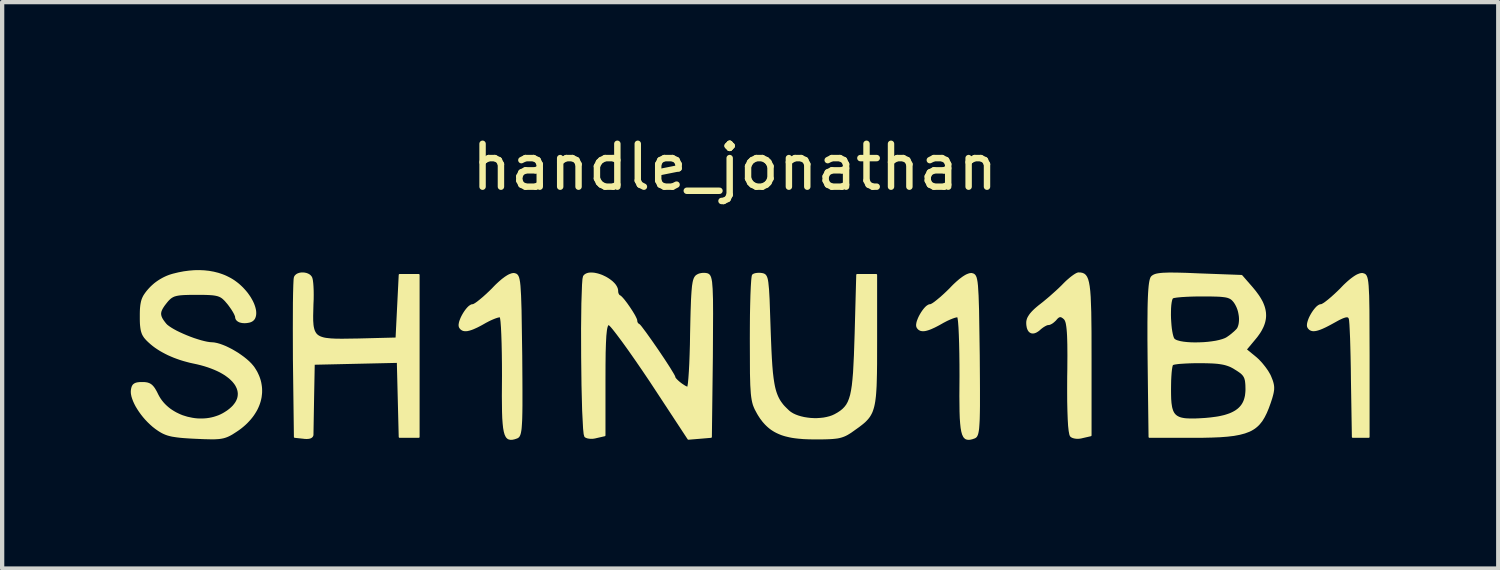
<source format=kicad_pcb>
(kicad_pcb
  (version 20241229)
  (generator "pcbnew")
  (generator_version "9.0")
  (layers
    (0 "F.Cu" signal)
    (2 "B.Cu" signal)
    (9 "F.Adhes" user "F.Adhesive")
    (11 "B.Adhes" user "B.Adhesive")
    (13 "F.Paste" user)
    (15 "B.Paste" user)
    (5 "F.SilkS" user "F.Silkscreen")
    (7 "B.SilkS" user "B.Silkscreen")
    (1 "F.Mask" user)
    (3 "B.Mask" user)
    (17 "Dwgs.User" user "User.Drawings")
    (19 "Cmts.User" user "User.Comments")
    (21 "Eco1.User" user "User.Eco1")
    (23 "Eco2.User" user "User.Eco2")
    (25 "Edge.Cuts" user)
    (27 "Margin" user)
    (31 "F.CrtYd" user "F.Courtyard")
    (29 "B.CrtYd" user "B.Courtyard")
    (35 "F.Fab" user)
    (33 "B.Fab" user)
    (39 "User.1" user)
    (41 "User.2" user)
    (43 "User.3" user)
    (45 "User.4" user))
  (footprint "handle_jonathan"
    (layer "F.Cu")
    (at 14.083 1.348)
    (property "Reference" "handle_jonathan" (at 0 -0.5 0) (unlocked yes) (layer "F.SilkS") (effects (font (size 1 1) (thickness 0.15))))
    (attr smd)
    (fp_poly (pts (xy -10.067 1.976) (xy -10.052 1.977) (xy -10.037 1.978) (xy -10.022 1.981) (xy -10.007 1.984) (xy -9.993 1.987) (xy -9.979 1.992) (xy -9.966 1.997) (xy -9.953 2.003) (xy -9.94 2.009) (xy -9.928 2.017) (xy -9.917 2.025) (xy -9.907 2.033) (xy -9.898 2.043) (xy -9.889 2.053) (xy -9.882 2.064) (xy -9.875 2.076) (xy -9.869 2.093) (xy -9.863 2.116) (xy -9.858 2.142) (xy -9.85 2.207) (xy -9.844 2.287) (xy -9.84 2.377) (xy -9.839 2.477) (xy -9.84 2.583) (xy -9.845 2.693) (xy -9.852 2.97) (xy -9.851 3.082) (xy -9.844 3.178) (xy -9.838 3.221) (xy -9.83 3.259) (xy -9.82 3.295) (xy -9.808 3.327) (xy -9.793 3.356) (xy -9.776 3.383) (xy -9.756 3.406) (xy -9.733 3.427) (xy -9.706 3.445) (xy -9.676 3.461) (xy -9.643 3.474) (xy -9.605 3.486) (xy -9.564 3.496) (xy -9.519 3.503) (xy -9.414 3.514) (xy -9.291 3.52) (xy -9.147 3.521) (xy -8.793 3.516) (xy -7.889 3.493) (xy -7.852 2.753) (xy -7.815 2.012) (xy -7.37 2.012) (xy -7.37 5.79) (xy -7.815 5.79) (xy -7.837 4.916) (xy -7.859 4.042) (xy -8.837 4.064) (xy -9.815 4.086) (xy -9.83 4.864) (xy -9.845 5.738) (xy -9.845 5.744) (xy -9.847 5.75) (xy -9.848 5.756) (xy -9.85 5.761) (xy -9.853 5.766) (xy -9.856 5.771) (xy -9.859 5.776) (xy -9.862 5.78) (xy -9.866 5.784) (xy -9.871 5.788) (xy -9.875 5.791) (xy -9.88 5.795) (xy -9.891 5.801) (xy -9.904 5.806) (xy -9.918 5.81) (xy -9.933 5.813) (xy -9.95 5.815) (xy -9.967 5.816) (xy -9.987 5.817) (xy -10.007 5.816) (xy -10.029 5.815) (xy -10.052 5.812) (xy -10.259 5.79) (xy -10.282 3.975) (xy -10.284 3.266) (xy -10.282 2.67) (xy -10.278 2.434) (xy -10.273 2.251) (xy -10.267 2.127) (xy -10.263 2.09) (xy -10.259 2.071) (xy -10.255 2.06) (xy -10.249 2.049) (xy -10.242 2.039) (xy -10.233 2.03) (xy -10.224 2.021) (xy -10.214 2.013) (xy -10.204 2.006) (xy -10.192 2) (xy -10.18 1.994) (xy -10.167 1.99) (xy -10.154 1.985) (xy -10.14 1.982) (xy -10.126 1.979) (xy -10.111 1.977) (xy -10.097 1.976) (xy -10.082 1.976)) (stroke (width 0.042) (type solid)) (fill yes) (layer "F.SilkS"))
    (fp_poly (pts (xy 14.633 1.989) (xy 14.657 1.995) (xy 14.679 2.003) (xy 14.699 2.017) (xy 14.715 2.04) (xy 14.729 2.074) (xy 14.741 2.122) (xy 14.751 2.185) (xy 14.759 2.267) (xy 14.771 2.498) (xy 14.777 2.833) (xy 14.781 3.901) (xy 14.781 5.79) (xy 14.41 5.79) (xy 14.388 4.456) (xy 14.385 4.187) (xy 14.38 3.931) (xy 14.374 3.695) (xy 14.368 3.486) (xy 14.36 3.308) (xy 14.353 3.169) (xy 14.345 3.073) (xy 14.34 3.043) (xy 14.336 3.027) (xy 14.33 3.013) (xy 14.322 3.001) (xy 14.318 2.996) (xy 14.313 2.992) (xy 14.307 2.988) (xy 14.301 2.985) (xy 14.295 2.983) (xy 14.288 2.981) (xy 14.28 2.98) (xy 14.272 2.98) (xy 14.254 2.981) (xy 14.233 2.985) (xy 14.21 2.992) (xy 14.184 3.001) (xy 14.155 3.013) (xy 14.123 3.028) (xy 14.087 3.045) (xy 14.048 3.066) (xy 13.958 3.116) (xy 13.892 3.152) (xy 13.83 3.185) (xy 13.773 3.214) (xy 13.721 3.238) (xy 13.697 3.249) (xy 13.673 3.259) (xy 13.651 3.268) (xy 13.63 3.275) (xy 13.61 3.282) (xy 13.59 3.288) (xy 13.572 3.293) (xy 13.555 3.297) (xy 13.538 3.3) (xy 13.522 3.302) (xy 13.507 3.303) (xy 13.493 3.303) (xy 13.48 3.303) (xy 13.467 3.301) (xy 13.455 3.298) (xy 13.444 3.295) (xy 13.433 3.29) (xy 13.423 3.285) (xy 13.413 3.279) (xy 13.404 3.272) (xy 13.396 3.263) (xy 13.388 3.255) (xy 13.38 3.245) (xy 13.373 3.234) (xy 13.368 3.223) (xy 13.364 3.211) (xy 13.362 3.197) (xy 13.362 3.182) (xy 13.363 3.165) (xy 13.365 3.148) (xy 13.369 3.129) (xy 13.374 3.109) (xy 13.38 3.089) (xy 13.387 3.068) (xy 13.404 3.024) (xy 13.425 2.98) (xy 13.449 2.936) (xy 13.475 2.893) (xy 13.503 2.852) (xy 13.532 2.815) (xy 13.546 2.798) (xy 13.561 2.782) (xy 13.575 2.767) (xy 13.59 2.754) (xy 13.604 2.743) (xy 13.618 2.734) (xy 13.631 2.726) (xy 13.645 2.72) (xy 13.657 2.717) (xy 13.669 2.716) (xy 13.681 2.714) (xy 13.696 2.708) (xy 13.714 2.698) (xy 13.735 2.686) (xy 13.759 2.67) (xy 13.785 2.651) (xy 13.844 2.605) (xy 13.909 2.55) (xy 13.98 2.487) (xy 14.054 2.418) (xy 14.129 2.345) (xy 14.171 2.301) (xy 14.212 2.259) (xy 14.252 2.221) (xy 14.291 2.185) (xy 14.328 2.153) (xy 14.364 2.123) (xy 14.398 2.097) (xy 14.431 2.073) (xy 14.462 2.052) (xy 14.491 2.034) (xy 14.519 2.019) (xy 14.546 2.008) (xy 14.57 1.999) (xy 14.582 1.995) (xy 14.593 1.993) (xy 14.603 1.991) (xy 14.614 1.99) (xy 14.623 1.989)) (stroke (width 0.042) (type solid)) (fill yes) (layer "F.SilkS"))
    (fp_poly (pts (xy -5.148 1.989) (xy -5.123 1.995) (xy -5.101 2.003) (xy -5.082 2.018) (xy -5.065 2.041) (xy -5.05 2.075) (xy -5.038 2.123) (xy -5.027 2.186) (xy -5.018 2.268) (xy -5.004 2.497) (xy -4.993 2.83) (xy -4.977 3.886) (xy -4.973 4.449) (xy -4.972 4.684) (xy -4.972 4.889) (xy -4.972 5.067) (xy -4.974 5.22) (xy -4.977 5.35) (xy -4.979 5.407) (xy -4.982 5.459) (xy -4.985 5.506) (xy -4.988 5.549) (xy -4.991 5.587) (xy -4.995 5.622) (xy -5 5.652) (xy -5.005 5.679) (xy -5.01 5.702) (xy -5.016 5.723) (xy -5.022 5.74) (xy -5.029 5.755) (xy -5.036 5.768) (xy -5.044 5.779) (xy -5.052 5.787) (xy -5.061 5.794) (xy -5.071 5.8) (xy -5.081 5.805) (xy -5.136 5.824) (xy -5.185 5.835) (xy -5.228 5.837) (xy -5.265 5.829) (xy -5.282 5.821) (xy -5.297 5.809) (xy -5.312 5.794) (xy -5.325 5.775) (xy -5.348 5.726) (xy -5.366 5.661) (xy -5.381 5.578) (xy -5.392 5.475) (xy -5.401 5.352) (xy -5.406 5.206) (xy -5.41 4.84) (xy -5.407 4.368) (xy -5.408 4.096) (xy -5.411 3.842) (xy -5.416 3.61) (xy -5.423 3.405) (xy -5.431 3.235) (xy -5.441 3.104) (xy -5.447 3.055) (xy -5.453 3.018) (xy -5.459 2.993) (xy -5.463 2.986) (xy -5.466 2.982) (xy -5.473 2.98) (xy -5.484 2.98) (xy -5.497 2.981) (xy -5.513 2.985) (xy -5.531 2.989) (xy -5.552 2.995) (xy -5.575 3.003) (xy -5.6 3.012) (xy -5.654 3.034) (xy -5.714 3.061) (xy -5.746 3.077) (xy -5.778 3.094) (xy -5.811 3.111) (xy -5.844 3.13) (xy -5.906 3.165) (xy -5.963 3.195) (xy -6.016 3.222) (xy -6.065 3.244) (xy -6.089 3.255) (xy -6.111 3.264) (xy -6.132 3.272) (xy -6.152 3.279) (xy -6.172 3.285) (xy -6.191 3.291) (xy -6.209 3.295) (xy -6.226 3.299) (xy -6.242 3.302) (xy -6.257 3.303) (xy -6.272 3.304) (xy -6.286 3.304) (xy -6.3 3.303) (xy -6.312 3.301) (xy -6.324 3.299) (xy -6.336 3.295) (xy -6.347 3.29) (xy -6.357 3.285) (xy -6.366 3.279) (xy -6.376 3.272) (xy -6.384 3.264) (xy -6.392 3.255) (xy -6.4 3.245) (xy -6.407 3.234) (xy -6.412 3.223) (xy -6.416 3.211) (xy -6.418 3.197) (xy -6.419 3.182) (xy -6.418 3.165) (xy -6.415 3.148) (xy -6.412 3.129) (xy -6.407 3.109) (xy -6.401 3.089) (xy -6.393 3.068) (xy -6.376 3.024) (xy -6.355 2.98) (xy -6.331 2.936) (xy -6.305 2.893) (xy -6.277 2.852) (xy -6.249 2.815) (xy -6.234 2.798) (xy -6.22 2.782) (xy -6.205 2.767) (xy -6.191 2.754) (xy -6.176 2.743) (xy -6.162 2.734) (xy -6.149 2.726) (xy -6.136 2.72) (xy -6.123 2.717) (xy -6.111 2.716) (xy -6.099 2.714) (xy -6.084 2.708) (xy -6.066 2.698) (xy -6.045 2.686) (xy -6.022 2.67) (xy -5.995 2.651) (xy -5.937 2.605) (xy -5.871 2.55) (xy -5.8 2.487) (xy -5.726 2.418) (xy -5.651 2.345) (xy -5.609 2.301) (xy -5.568 2.259) (xy -5.528 2.221) (xy -5.489 2.185) (xy -5.452 2.153) (xy -5.417 2.123) (xy -5.382 2.097) (xy -5.35 2.073) (xy -5.318 2.052) (xy -5.289 2.034) (xy -5.261 2.019) (xy -5.235 2.008) (xy -5.21 1.999) (xy -5.199 1.995) (xy -5.188 1.993) (xy -5.177 1.991) (xy -5.167 1.99) (xy -5.157 1.989)) (stroke (width 0.042) (type solid)) (fill yes) (layer "F.SilkS"))
    (fp_poly (pts (xy 5.52 1.989) (xy 5.545 1.995) (xy 5.567 2.003) (xy 5.586 2.018) (xy 5.603 2.041) (xy 5.618 2.075) (xy 5.63 2.123) (xy 5.641 2.186) (xy 5.65 2.268) (xy 5.664 2.497) (xy 5.675 2.83) (xy 5.691 3.886) (xy 5.695 4.449) (xy 5.696 4.684) (xy 5.696 4.889) (xy 5.696 5.067) (xy 5.694 5.22) (xy 5.691 5.35) (xy 5.689 5.407) (xy 5.686 5.459) (xy 5.683 5.506) (xy 5.68 5.549) (xy 5.677 5.587) (xy 5.673 5.622) (xy 5.668 5.652) (xy 5.663 5.679) (xy 5.658 5.702) (xy 5.652 5.723) (xy 5.646 5.74) (xy 5.639 5.755) (xy 5.632 5.768) (xy 5.624 5.779) (xy 5.616 5.787) (xy 5.607 5.794) (xy 5.597 5.8) (xy 5.587 5.805) (xy 5.532 5.824) (xy 5.483 5.835) (xy 5.44 5.837) (xy 5.403 5.829) (xy 5.386 5.821) (xy 5.371 5.809) (xy 5.356 5.794) (xy 5.343 5.775) (xy 5.32 5.726) (xy 5.302 5.661) (xy 5.287 5.578) (xy 5.276 5.475) (xy 5.267 5.352) (xy 5.262 5.206) (xy 5.258 4.84) (xy 5.261 4.368) (xy 5.26 4.096) (xy 5.257 3.842) (xy 5.252 3.61) (xy 5.245 3.405) (xy 5.237 3.235) (xy 5.227 3.104) (xy 5.221 3.055) (xy 5.215 3.018) (xy 5.209 2.993) (xy 5.205 2.986) (xy 5.202 2.982) (xy 5.195 2.98) (xy 5.184 2.98) (xy 5.171 2.981) (xy 5.155 2.985) (xy 5.137 2.989) (xy 5.116 2.995) (xy 5.093 3.003) (xy 5.068 3.012) (xy 5.014 3.034) (xy 4.954 3.061) (xy 4.922 3.077) (xy 4.89 3.094) (xy 4.857 3.111) (xy 4.824 3.13) (xy 4.762 3.165) (xy 4.705 3.195) (xy 4.652 3.222) (xy 4.603 3.244) (xy 4.579 3.255) (xy 4.557 3.264) (xy 4.536 3.272) (xy 4.516 3.279) (xy 4.496 3.285) (xy 4.477 3.291) (xy 4.459 3.295) (xy 4.442 3.299) (xy 4.426 3.302) (xy 4.411 3.303) (xy 4.396 3.304) (xy 4.382 3.304) (xy 4.368 3.303) (xy 4.356 3.301) (xy 4.344 3.299) (xy 4.332 3.295) (xy 4.321 3.29) (xy 4.311 3.285) (xy 4.302 3.279) (xy 4.292 3.272) (xy 4.284 3.264) (xy 4.276 3.255) (xy 4.268 3.245) (xy 4.261 3.234) (xy 4.256 3.223) (xy 4.252 3.211) (xy 4.25 3.197) (xy 4.249 3.182) (xy 4.25 3.165) (xy 4.253 3.148) (xy 4.256 3.129) (xy 4.261 3.109) (xy 4.267 3.089) (xy 4.275 3.068) (xy 4.292 3.024) (xy 4.313 2.98) (xy 4.337 2.936) (xy 4.363 2.893) (xy 4.391 2.852) (xy 4.419 2.815) (xy 4.434 2.798) (xy 4.448 2.782) (xy 4.463 2.767) (xy 4.477 2.754) (xy 4.492 2.743) (xy 4.506 2.734) (xy 4.519 2.726) (xy 4.532 2.72) (xy 4.545 2.717) (xy 4.557 2.716) (xy 4.569 2.714) (xy 4.584 2.708) (xy 4.602 2.698) (xy 4.623 2.686) (xy 4.646 2.67) (xy 4.673 2.651) (xy 4.731 2.605) (xy 4.797 2.55) (xy 4.868 2.487) (xy 4.942 2.418) (xy 5.017 2.345) (xy 5.059 2.301) (xy 5.1 2.259) (xy 5.14 2.221) (xy 5.179 2.185) (xy 5.216 2.153) (xy 5.251 2.123) (xy 5.286 2.097) (xy 5.318 2.073) (xy 5.35 2.052) (xy 5.379 2.034) (xy 5.407 2.019) (xy 5.433 2.008) (xy 5.458 1.999) (xy 5.469 1.995) (xy 5.48 1.993) (xy 5.491 1.991) (xy 5.501 1.99) (xy 5.511 1.989)) (stroke (width 0.042) (type solid)) (fill yes) (layer "F.SilkS"))
    (fp_poly (pts (xy 0.581 1.984) (xy 0.598 1.985) (xy 0.614 1.987) (xy 0.631 1.989) (xy 0.656 1.994) (xy 0.678 2.002) (xy 0.697 2.013) (xy 0.714 2.031) (xy 0.729 2.056) (xy 0.742 2.09) (xy 0.753 2.135) (xy 0.762 2.193) (xy 0.778 2.353) (xy 0.791 2.583) (xy 0.816 3.308) (xy 0.825 3.551) (xy 0.834 3.768) (xy 0.844 3.961) (xy 0.855 4.133) (xy 0.868 4.286) (xy 0.876 4.355) (xy 0.884 4.421) (xy 0.893 4.482) (xy 0.902 4.539) (xy 0.912 4.593) (xy 0.923 4.644) (xy 0.935 4.691) (xy 0.948 4.736) (xy 0.962 4.778) (xy 0.977 4.817) (xy 0.993 4.855) (xy 1.01 4.89) (xy 1.028 4.924) (xy 1.047 4.956) (xy 1.068 4.987) (xy 1.09 5.017) (xy 1.113 5.047) (xy 1.138 5.076) (xy 1.165 5.104) (xy 1.193 5.132) (xy 1.253 5.19) (xy 1.275 5.208) (xy 1.299 5.226) (xy 1.351 5.258) (xy 1.41 5.286) (xy 1.474 5.31) (xy 1.543 5.33) (xy 1.615 5.347) (xy 1.69 5.359) (xy 1.766 5.368) (xy 1.844 5.372) (xy 1.921 5.372) (xy 1.997 5.367) (xy 2.072 5.359) (xy 2.144 5.345) (xy 2.212 5.328) (xy 2.276 5.306) (xy 2.335 5.279) (xy 2.406 5.239) (xy 2.468 5.198) (xy 2.524 5.153) (xy 2.572 5.104) (xy 2.615 5.048) (xy 2.651 4.983) (xy 2.682 4.906) (xy 2.709 4.817) (xy 2.731 4.712) (xy 2.75 4.59) (xy 2.765 4.449) (xy 2.779 4.286) (xy 2.799 3.889) (xy 2.816 3.382) (xy 2.853 2.012) (xy 3.298 2.012) (xy 3.298 3.53) (xy 3.297 4.09) (xy 3.294 4.319) (xy 3.289 4.518) (xy 3.286 4.607) (xy 3.281 4.69) (xy 3.276 4.766) (xy 3.27 4.837) (xy 3.262 4.903) (xy 3.254 4.963) (xy 3.244 5.019) (xy 3.233 5.07) (xy 3.22 5.118) (xy 3.206 5.162) (xy 3.191 5.203) (xy 3.173 5.241) (xy 3.154 5.276) (xy 3.133 5.31) (xy 3.11 5.341) (xy 3.085 5.371) (xy 3.058 5.4) (xy 3.029 5.429) (xy 2.997 5.457) (xy 2.963 5.485) (xy 2.888 5.543) (xy 2.801 5.605) (xy 2.704 5.674) (xy 2.66 5.702) (xy 2.618 5.727) (xy 2.577 5.748) (xy 2.535 5.766) (xy 2.492 5.781) (xy 2.446 5.794) (xy 2.397 5.804) (xy 2.343 5.811) (xy 2.284 5.817) (xy 2.218 5.821) (xy 2.145 5.824) (xy 2.062 5.826) (xy 1.868 5.827) (xy 1.733 5.825) (xy 1.607 5.82) (xy 1.489 5.81) (xy 1.434 5.804) (xy 1.38 5.797) (xy 1.329 5.789) (xy 1.279 5.779) (xy 1.232 5.768) (xy 1.186 5.757) (xy 1.141 5.744) (xy 1.099 5.73) (xy 1.058 5.714) (xy 1.018 5.697) (xy 0.98 5.679) (xy 0.943 5.66) (xy 0.907 5.639) (xy 0.873 5.617) (xy 0.84 5.594) (xy 0.808 5.569) (xy 0.777 5.542) (xy 0.747 5.514) (xy 0.718 5.485) (xy 0.69 5.454) (xy 0.662 5.422) (xy 0.636 5.387) (xy 0.609 5.352) (xy 0.584 5.314) (xy 0.559 5.275) (xy 0.535 5.234) (xy 0.483 5.137) (xy 0.462 5.089) (xy 0.443 5.04) (xy 0.428 4.986) (xy 0.415 4.925) (xy 0.404 4.856) (xy 0.395 4.777) (xy 0.382 4.578) (xy 0.375 4.311) (xy 0.372 3.508) (xy 0.373 3.22) (xy 0.375 2.948) (xy 0.38 2.7) (xy 0.386 2.48) (xy 0.394 2.296) (xy 0.403 2.154) (xy 0.408 2.1) (xy 0.413 2.059) (xy 0.418 2.032) (xy 0.421 2.024) (xy 0.423 2.019) (xy 0.43 2.014) (xy 0.437 2.009) (xy 0.446 2.004) (xy 0.456 2) (xy 0.467 1.996) (xy 0.479 1.993) (xy 0.491 1.99) (xy 0.505 1.988) (xy 0.519 1.986) (xy 0.534 1.985) (xy 0.549 1.984) (xy 0.565 1.984)) (stroke (width 0.042) (type solid)) (fill yes) (layer "F.SilkS"))
    (fp_poly (pts (xy 8.063 1.977) (xy 8.103 1.985) (xy 8.139 2.001) (xy 8.17 2.027) (xy 8.197 2.066) (xy 8.22 2.12) (xy 8.239 2.191) (xy 8.255 2.28) (xy 8.268 2.391) (xy 8.278 2.526) (xy 8.291 2.875) (xy 8.297 3.344) (xy 8.298 3.953) (xy 8.298 5.753) (xy 8.106 5.797) (xy 8.086 5.802) (xy 8.066 5.806) (xy 8.047 5.809) (xy 8.027 5.811) (xy 8.007 5.813) (xy 7.988 5.813) (xy 7.969 5.812) (xy 7.95 5.81) (xy 7.933 5.808) (xy 7.916 5.804) (xy 7.9 5.8) (xy 7.885 5.795) (xy 7.871 5.79) (xy 7.865 5.786) (xy 7.859 5.783) (xy 7.854 5.779) (xy 7.848 5.776) (xy 7.844 5.772) (xy 7.839 5.768) (xy 7.83 5.753) (xy 7.821 5.728) (xy 7.806 5.648) (xy 7.793 5.53) (xy 7.784 5.374) (xy 7.777 5.182) (xy 7.772 4.954) (xy 7.771 4.692) (xy 7.772 4.397) (xy 7.775 4.212) (xy 7.776 4.043) (xy 7.777 3.891) (xy 7.776 3.755) (xy 7.775 3.633) (xy 7.772 3.525) (xy 7.769 3.431) (xy 7.764 3.348) (xy 7.758 3.277) (xy 7.751 3.216) (xy 7.743 3.165) (xy 7.739 3.143) (xy 7.734 3.123) (xy 7.729 3.105) (xy 7.723 3.089) (xy 7.717 3.075) (xy 7.711 3.062) (xy 7.705 3.051) (xy 7.698 3.042) (xy 7.691 3.034) (xy 7.684 3.027) (xy 7.669 3.014) (xy 7.662 3.008) (xy 7.655 3.003) (xy 7.648 2.998) (xy 7.641 2.994) (xy 7.635 2.99) (xy 7.628 2.986) (xy 7.622 2.983) (xy 7.616 2.981) (xy 7.61 2.979) (xy 7.604 2.978) (xy 7.598 2.977) (xy 7.592 2.976) (xy 7.587 2.976) (xy 7.581 2.977) (xy 7.575 2.978) (xy 7.569 2.979) (xy 7.564 2.981) (xy 7.558 2.983) (xy 7.552 2.986) (xy 7.546 2.989) (xy 7.54 2.993) (xy 7.535 2.997) (xy 7.529 3.002) (xy 7.523 3.007) (xy 7.516 3.013) (xy 7.51 3.019) (xy 7.497 3.033) (xy 7.484 3.049) (xy 7.474 3.06) (xy 7.463 3.071) (xy 7.452 3.081) (xy 7.441 3.091) (xy 7.43 3.101) (xy 7.419 3.11) (xy 7.407 3.119) (xy 7.396 3.127) (xy 7.384 3.134) (xy 7.373 3.14) (xy 7.362 3.146) (xy 7.351 3.151) (xy 7.341 3.155) (xy 7.331 3.158) (xy 7.326 3.159) (xy 7.322 3.159) (xy 7.317 3.16) (xy 7.313 3.16) (xy 7.304 3.161) (xy 7.294 3.162) (xy 7.284 3.165) (xy 7.272 3.169) (xy 7.26 3.174) (xy 7.247 3.18) (xy 7.234 3.187) (xy 7.221 3.194) (xy 7.206 3.203) (xy 7.192 3.212) (xy 7.178 3.221) (xy 7.163 3.232) (xy 7.149 3.243) (xy 7.134 3.254) (xy 7.12 3.266) (xy 7.106 3.279) (xy 7.091 3.292) (xy 7.076 3.304) (xy 7.061 3.315) (xy 7.046 3.324) (xy 7.032 3.332) (xy 7.019 3.34) (xy 7.005 3.345) (xy 6.992 3.35) (xy 6.979 3.354) (xy 6.966 3.356) (xy 6.954 3.357) (xy 6.943 3.357) (xy 6.931 3.356) (xy 6.92 3.353) (xy 6.91 3.35) (xy 6.9 3.345) (xy 6.891 3.339) (xy 6.882 3.333) (xy 6.873 3.325) (xy 6.865 3.315) (xy 6.858 3.305) (xy 6.851 3.294) (xy 6.845 3.282) (xy 6.839 3.268) (xy 6.834 3.254) (xy 6.829 3.238) (xy 6.826 3.221) (xy 6.823 3.204) (xy 6.82 3.185) (xy 6.818 3.165) (xy 6.817 3.145) (xy 6.817 3.123) (xy 6.818 3.101) (xy 6.822 3.078) (xy 6.828 3.055) (xy 6.836 3.031) (xy 6.847 3.007) (xy 6.861 2.983) (xy 6.877 2.958) (xy 6.895 2.932) (xy 6.917 2.906) (xy 6.94 2.88) (xy 6.966 2.853) (xy 6.995 2.825) (xy 7.026 2.797) (xy 7.06 2.768) (xy 7.096 2.738) (xy 7.135 2.708) (xy 7.202 2.655) (xy 7.274 2.595) (xy 7.349 2.532) (xy 7.423 2.466) (xy 7.496 2.401) (xy 7.566 2.336) (xy 7.629 2.275) (xy 7.684 2.219) (xy 7.709 2.194) (xy 7.734 2.17) (xy 7.759 2.147) (xy 7.785 2.125) (xy 7.81 2.103) (xy 7.834 2.083) (xy 7.858 2.064) (xy 7.881 2.047) (xy 7.903 2.031) (xy 7.924 2.017) (xy 7.943 2.005) (xy 7.962 1.994) (xy 7.978 1.986) (xy 7.993 1.98) (xy 8 1.978) (xy 8.006 1.976) (xy 8.012 1.975) (xy 8.017 1.975)) (stroke (width 0.042) (type solid)) (fill yes) (layer "F.SilkS"))
    (fp_poly (pts (xy -3.31 1.979) (xy -3.278 1.982) (xy -3.246 1.988) (xy -3.213 1.995) (xy -3.18 2.004) (xy -3.146 2.015) (xy -3.112 2.027) (xy -3.079 2.041) (xy -3.046 2.057) (xy -3.013 2.073) (xy -2.982 2.091) (xy -2.951 2.11) (xy -2.922 2.13) (xy -2.894 2.151) (xy -2.867 2.172) (xy -2.843 2.195) (xy -2.82 2.218) (xy -2.8 2.241) (xy -2.783 2.265) (xy -2.768 2.29) (xy -2.756 2.315) (xy -2.747 2.339) (xy -2.742 2.365) (xy -2.74 2.39) (xy -2.74 2.399) (xy -2.739 2.409) (xy -2.738 2.418) (xy -2.736 2.428) (xy -2.734 2.437) (xy -2.731 2.446) (xy -2.729 2.45) (xy -2.728 2.454) (xy -2.726 2.459) (xy -2.724 2.463) (xy -2.722 2.467) (xy -2.72 2.47) (xy -2.718 2.474) (xy -2.716 2.478) (xy -2.713 2.481) (xy -2.711 2.484) (xy -2.708 2.488) (xy -2.706 2.491) (xy -2.703 2.493) (xy -2.7 2.496) (xy -2.697 2.499) (xy -2.694 2.501) (xy -2.691 2.503) (xy -2.687 2.505) (xy -2.684 2.507) (xy -2.681 2.508) (xy -2.673 2.513) (xy -2.664 2.52) (xy -2.643 2.54) (xy -2.618 2.567) (xy -2.589 2.601) (xy -2.559 2.64) (xy -2.526 2.683) (xy -2.46 2.777) (xy -2.398 2.872) (xy -2.37 2.918) (xy -2.345 2.96) (xy -2.325 2.999) (xy -2.309 3.032) (xy -2.299 3.059) (xy -2.296 3.07) (xy -2.295 3.079) (xy -2.295 3.082) (xy -2.295 3.086) (xy -2.295 3.089) (xy -2.294 3.093) (xy -2.294 3.096) (xy -2.293 3.1) (xy -2.291 3.107) (xy -2.289 3.114) (xy -2.288 3.118) (xy -2.286 3.121) (xy -2.285 3.125) (xy -2.283 3.128) (xy -2.282 3.132) (xy -2.28 3.135) (xy -2.278 3.138) (xy -2.276 3.141) (xy -2.274 3.145) (xy -2.271 3.148) (xy -2.269 3.151) (xy -2.266 3.153) (xy -2.264 3.156) (xy -2.261 3.159) (xy -2.258 3.161) (xy -2.255 3.164) (xy -2.252 3.166) (xy -2.249 3.168) (xy -2.246 3.17) (xy -2.243 3.172) (xy -2.24 3.173) (xy -2.236 3.175) (xy -2.217 3.193) (xy -2.184 3.233) (xy -2.082 3.369) (xy -1.948 3.557) (xy -1.799 3.772) (xy -1.653 3.989) (xy -1.528 4.182) (xy -1.44 4.327) (xy -1.415 4.373) (xy -1.406 4.397) (xy -1.406 4.402) (xy -1.404 4.408) (xy -1.401 4.415) (xy -1.396 4.422) (xy -1.384 4.438) (xy -1.368 4.456) (xy -1.349 4.475) (xy -1.328 4.495) (xy -1.304 4.516) (xy -1.279 4.536) (xy -1.253 4.556) (xy -1.226 4.575) (xy -1.2 4.592) (xy -1.175 4.608) (xy -1.152 4.621) (xy -1.13 4.631) (xy -1.111 4.638) (xy -1.103 4.64) (xy -1.095 4.642) (xy -1.09 4.635) (xy -1.084 4.616) (xy -1.072 4.542) (xy -1.061 4.424) (xy -1.05 4.269) (xy -1.04 4.082) (xy -1.032 3.867) (xy -1.025 3.629) (xy -1.021 3.375) (xy -1.013 3.011) (xy -1.009 2.857) (xy -1.004 2.72) (xy -1 2.6) (xy -0.994 2.494) (xy -0.988 2.402) (xy -0.981 2.323) (xy -0.978 2.288) (xy -0.974 2.256) (xy -0.969 2.226) (xy -0.965 2.199) (xy -0.96 2.175) (xy -0.955 2.152) (xy -0.949 2.132) (xy -0.943 2.114) (xy -0.937 2.098) (xy -0.93 2.084) (xy -0.923 2.071) (xy -0.915 2.06) (xy -0.907 2.05) (xy -0.899 2.041) (xy -0.89 2.033) (xy -0.88 2.027) (xy -0.867 2.019) (xy -0.854 2.012) (xy -0.839 2.005) (xy -0.824 2) (xy -0.808 1.995) (xy -0.791 1.992) (xy -0.775 1.989) (xy -0.758 1.987) (xy -0.742 1.985) (xy -0.725 1.985) (xy -0.709 1.985) (xy -0.693 1.986) (xy -0.678 1.988) (xy -0.663 1.99) (xy -0.649 1.993) (xy -0.636 1.997) (xy -0.616 2.007) (xy -0.599 2.023) (xy -0.584 2.046) (xy -0.571 2.079) (xy -0.56 2.123) (xy -0.55 2.18) (xy -0.537 2.342) (xy -0.529 2.581) (xy -0.527 2.913) (xy -0.532 3.916) (xy -0.555 5.79) (xy -0.814 5.812) (xy -1.081 5.834) (xy -1.962 4.493) (xy -2.142 4.226) (xy -2.314 3.976) (xy -2.473 3.749) (xy -2.615 3.552) (xy -2.737 3.389) (xy -2.789 3.322) (xy -2.834 3.265) (xy -2.872 3.22) (xy -2.903 3.187) (xy -2.926 3.167) (xy -2.934 3.162) (xy -2.94 3.16) (xy -2.953 3.164) (xy -2.965 3.175) (xy -2.976 3.194) (xy -2.986 3.222) (xy -2.995 3.259) (xy -3.003 3.307) (xy -3.016 3.433) (xy -3.025 3.607) (xy -3.032 3.832) (xy -3.035 4.114) (xy -3.036 4.456) (xy -3.036 5.753) (xy -3.229 5.797) (xy -3.249 5.802) (xy -3.268 5.806) (xy -3.288 5.809) (xy -3.308 5.812) (xy -3.328 5.813) (xy -3.347 5.813) (xy -3.365 5.813) (xy -3.384 5.811) (xy -3.401 5.809) (xy -3.417 5.806) (xy -3.433 5.803) (xy -3.447 5.798) (xy -3.459 5.793) (xy -3.471 5.788) (xy -3.476 5.785) (xy -3.48 5.782) (xy -3.485 5.779) (xy -3.488 5.775) (xy -3.503 5.721) (xy -3.516 5.597) (xy -3.538 5.176) (xy -3.553 4.593) (xy -3.561 3.929) (xy -3.563 3.262) (xy -3.556 2.673) (xy -3.541 2.242) (xy -3.531 2.11) (xy -3.518 2.049) (xy -3.504 2.031) (xy -3.487 2.015) (xy -3.468 2.003) (xy -3.446 1.993) (xy -3.422 1.985) (xy -3.397 1.98) (xy -3.369 1.978) (xy -3.34 1.977)) (stroke (width 0.042) (type solid)) (fill yes) (layer "F.SilkS"))
    (fp_poly (pts (xy 10.304 1.979) (xy 10.533 1.985) (xy 10.817 1.997) (xy 11.817 2.034) (xy 12.062 2.315) (xy 12.131 2.399) (xy 12.191 2.48) (xy 12.218 2.519) (xy 12.243 2.559) (xy 12.265 2.597) (xy 12.286 2.635) (xy 12.304 2.673) (xy 12.319 2.711) (xy 12.333 2.748) (xy 12.344 2.785) (xy 12.353 2.821) (xy 12.36 2.858) (xy 12.365 2.894) (xy 12.367 2.93) (xy 12.368 2.966) (xy 12.366 3.002) (xy 12.362 3.038) (xy 12.355 3.075) (xy 12.347 3.111) (xy 12.336 3.147) (xy 12.323 3.183) (xy 12.308 3.22) (xy 12.29 3.256) (xy 12.271 3.293) (xy 12.249 3.331) (xy 12.225 3.368) (xy 12.198 3.406) (xy 12.17 3.445) (xy 12.106 3.523) (xy 11.914 3.753) (xy 12.158 3.953) (xy 12.182 3.975) (xy 12.207 3.998) (xy 12.231 4.024) (xy 12.256 4.05) (xy 12.281 4.078) (xy 12.305 4.107) (xy 12.329 4.137) (xy 12.353 4.167) (xy 12.375 4.197) (xy 12.396 4.227) (xy 12.417 4.257) (xy 12.435 4.287) (xy 12.452 4.316) (xy 12.468 4.344) (xy 12.481 4.371) (xy 12.492 4.397) (xy 12.507 4.435) (xy 12.521 4.47) (xy 12.532 4.503) (xy 12.541 4.535) (xy 12.548 4.565) (xy 12.553 4.596) (xy 12.556 4.626) (xy 12.556 4.657) (xy 12.555 4.69) (xy 12.55 4.724) (xy 12.544 4.76) (xy 12.535 4.798) (xy 12.524 4.84) (xy 12.511 4.886) (xy 12.495 4.935) (xy 12.477 4.99) (xy 12.432 5.114) (xy 12.386 5.224) (xy 12.337 5.322) (xy 12.284 5.409) (xy 12.224 5.484) (xy 12.191 5.518) (xy 12.156 5.549) (xy 12.119 5.578) (xy 12.079 5.604) (xy 12.036 5.629) (xy 11.99 5.651) (xy 11.888 5.689) (xy 11.771 5.72) (xy 11.638 5.745) (xy 11.487 5.763) (xy 11.316 5.776) (xy 11.124 5.784) (xy 10.909 5.789) (xy 10.669 5.79) (xy 9.669 5.79) (xy 9.655 4.686) (xy 10.151 4.686) (xy 10.152 4.804) (xy 10.155 4.909) (xy 10.162 5.001) (xy 10.174 5.081) (xy 10.181 5.117) (xy 10.191 5.15) (xy 10.201 5.181) (xy 10.213 5.208) (xy 10.227 5.234) (xy 10.243 5.257) (xy 10.261 5.278) (xy 10.281 5.296) (xy 10.303 5.313) (xy 10.328 5.327) (xy 10.354 5.34) (xy 10.384 5.351) (xy 10.416 5.36) (xy 10.451 5.367) (xy 10.488 5.373) (xy 10.529 5.377) (xy 10.619 5.381) (xy 10.723 5.381) (xy 10.84 5.376) (xy 10.973 5.368) (xy 11.097 5.356) (xy 11.212 5.341) (xy 11.265 5.333) (xy 11.317 5.323) (xy 11.366 5.312) (xy 11.413 5.301) (xy 11.457 5.288) (xy 11.5 5.274) (xy 11.54 5.26) (xy 11.578 5.244) (xy 11.614 5.227) (xy 11.648 5.209) (xy 11.679 5.191) (xy 11.709 5.17) (xy 11.737 5.149) (xy 11.762 5.127) (xy 11.786 5.103) (xy 11.808 5.078) (xy 11.828 5.052) (xy 11.846 5.025) (xy 11.862 4.996) (xy 11.876 4.967) (xy 11.889 4.935) (xy 11.899 4.903) (xy 11.908 4.869) (xy 11.916 4.834) (xy 11.921 4.797) (xy 11.925 4.759) (xy 11.928 4.72) (xy 11.929 4.679) (xy 11.928 4.628) (xy 11.927 4.583) (xy 11.924 4.542) (xy 11.92 4.505) (xy 11.918 4.487) (xy 11.915 4.471) (xy 11.911 4.455) (xy 11.907 4.44) (xy 11.903 4.426) (xy 11.898 4.412) (xy 11.892 4.399) (xy 11.886 4.386) (xy 11.879 4.374) (xy 11.871 4.362) (xy 11.863 4.35) (xy 11.854 4.339) (xy 11.844 4.328) (xy 11.834 4.317) (xy 11.822 4.306) (xy 11.81 4.295) (xy 11.797 4.285) (xy 11.782 4.274) (xy 11.751 4.252) (xy 11.716 4.229) (xy 11.677 4.205) (xy 11.641 4.182) (xy 11.605 4.162) (xy 11.568 4.143) (xy 11.53 4.127) (xy 11.491 4.113) (xy 11.45 4.1) (xy 11.407 4.089) (xy 11.361 4.08) (xy 11.312 4.072) (xy 11.259 4.065) (xy 11.202 4.06) (xy 11.14 4.056) (xy 11.002 4.051) (xy 10.84 4.049) (xy 10.719 4.05) (xy 10.606 4.053) (xy 10.501 4.058) (xy 10.407 4.064) (xy 10.365 4.067) (xy 10.328 4.071) (xy 10.294 4.076) (xy 10.265 4.08) (xy 10.241 4.085) (xy 10.223 4.09) (xy 10.21 4.095) (xy 10.205 4.098) (xy 10.202 4.101) (xy 10.197 4.108) (xy 10.192 4.12) (xy 10.187 4.138) (xy 10.182 4.16) (xy 10.173 4.218) (xy 10.165 4.291) (xy 10.159 4.377) (xy 10.154 4.473) (xy 10.152 4.577) (xy 10.151 4.686) (xy 9.655 4.686) (xy 9.647 3.982) (xy 9.643 3.512) (xy 9.643 3.12) (xy 9.645 2.943) (xy 10.149 2.943) (xy 10.151 3.025) (xy 10.156 3.107) (xy 10.162 3.188) (xy 10.17 3.264) (xy 10.181 3.335) (xy 10.193 3.397) (xy 10.207 3.45) (xy 10.222 3.49) (xy 10.231 3.505) (xy 10.239 3.516) (xy 10.255 3.528) (xy 10.274 3.54) (xy 10.298 3.551) (xy 10.325 3.56) (xy 10.388 3.577) (xy 10.463 3.59) (xy 10.547 3.599) (xy 10.638 3.605) (xy 10.735 3.607) (xy 10.834 3.605) (xy 10.934 3.601) (xy 11.033 3.593) (xy 11.129 3.581) (xy 11.219 3.567) (xy 11.301 3.549) (xy 11.375 3.528) (xy 11.436 3.505) (xy 11.462 3.492) (xy 11.484 3.479) (xy 11.503 3.466) (xy 11.523 3.452) (xy 11.542 3.439) (xy 11.561 3.424) (xy 11.579 3.41) (xy 11.597 3.396) (xy 11.614 3.381) (xy 11.63 3.367) (xy 11.646 3.354) (xy 11.66 3.341) (xy 11.674 3.328) (xy 11.686 3.316) (xy 11.697 3.305) (xy 11.707 3.295) (xy 11.715 3.286) (xy 11.721 3.279) (xy 11.73 3.266) (xy 11.738 3.252) (xy 11.745 3.237) (xy 11.751 3.221) (xy 11.762 3.187) (xy 11.77 3.15) (xy 11.775 3.111) (xy 11.778 3.07) (xy 11.778 3.027) (xy 11.775 2.984) (xy 11.769 2.94) (xy 11.761 2.896) (xy 11.751 2.852) (xy 11.738 2.81) (xy 11.722 2.768) (xy 11.704 2.729) (xy 11.684 2.691) (xy 11.662 2.656) (xy 11.643 2.63) (xy 11.623 2.607) (xy 11.603 2.586) (xy 11.581 2.568) (xy 11.557 2.553) (xy 11.529 2.54) (xy 11.497 2.528) (xy 11.461 2.519) (xy 11.419 2.512) (xy 11.37 2.506) (xy 11.314 2.501) (xy 11.25 2.498) (xy 11.095 2.494) (xy 10.899 2.493) (xy 10.768 2.494) (xy 10.643 2.497) (xy 10.528 2.502) (xy 10.426 2.508) (xy 10.38 2.512) (xy 10.339 2.516) (xy 10.302 2.52) (xy 10.271 2.525) (xy 10.244 2.529) (xy 10.224 2.534) (xy 10.21 2.54) (xy 10.205 2.542) (xy 10.202 2.545) (xy 10.194 2.555) (xy 10.187 2.568) (xy 10.175 2.606) (xy 10.165 2.657) (xy 10.157 2.718) (xy 10.152 2.787) (xy 10.15 2.863) (xy 10.149 2.943) (xy 9.645 2.943) (xy 9.646 2.8) (xy 9.649 2.665) (xy 9.653 2.545) (xy 9.658 2.441) (xy 9.664 2.35) (xy 9.671 2.273) (xy 9.679 2.209) (xy 9.688 2.157) (xy 9.698 2.116) (xy 9.709 2.085) (xy 9.715 2.073) (xy 9.721 2.064) (xy 9.737 2.048) (xy 9.757 2.034) (xy 9.781 2.021) (xy 9.809 2.01) (xy 9.843 2.001) (xy 9.883 1.994) (xy 9.93 1.988) (xy 9.986 1.983) (xy 10.124 1.978)) (stroke (width 0.042) (type solid)) (fill yes) (layer "F.SilkS"))
    (fp_poly (pts (xy -12.372 1.926) (xy -12.261 1.938) (xy -12.154 1.957) (xy -12.05 1.983) (xy -12 1.999) (xy -11.951 2.016) (xy -11.902 2.035) (xy -11.855 2.056) (xy -11.809 2.079) (xy -11.763 2.103) (xy -11.719 2.129) (xy -11.676 2.157) (xy -11.635 2.187) (xy -11.594 2.218) (xy -11.555 2.251) (xy -11.517 2.286) (xy -11.48 2.322) (xy -11.445 2.36) (xy -11.418 2.39) (xy -11.393 2.42) (xy -11.369 2.45) (xy -11.347 2.481) (xy -11.326 2.511) (xy -11.306 2.541) (xy -11.288 2.572) (xy -11.271 2.602) (xy -11.255 2.631) (xy -11.241 2.661) (xy -11.228 2.69) (xy -11.217 2.719) (xy -11.207 2.747) (xy -11.199 2.774) (xy -11.192 2.801) (xy -11.186 2.828) (xy -11.182 2.853) (xy -11.18 2.878) (xy -11.179 2.901) (xy -11.18 2.924) (xy -11.182 2.946) (xy -11.186 2.967) (xy -11.191 2.986) (xy -11.198 3.005) (xy -11.206 3.022) (xy -11.216 3.038) (xy -11.228 3.052) (xy -11.241 3.065) (xy -11.256 3.076) (xy -11.273 3.086) (xy -11.291 3.094) (xy -11.311 3.101) (xy -11.328 3.105) (xy -11.344 3.108) (xy -11.36 3.111) (xy -11.376 3.113) (xy -11.392 3.115) (xy -11.407 3.116) (xy -11.422 3.117) (xy -11.436 3.117) (xy -11.45 3.116) (xy -11.464 3.116) (xy -11.477 3.114) (xy -11.49 3.112) (xy -11.503 3.11) (xy -11.515 3.107) (xy -11.526 3.104) (xy -11.537 3.101) (xy -11.548 3.097) (xy -11.558 3.092) (xy -11.567 3.087) (xy -11.576 3.082) (xy -11.584 3.076) (xy -11.592 3.07) (xy -11.599 3.064) (xy -11.605 3.057) (xy -11.611 3.05) (xy -11.616 3.042) (xy -11.62 3.034) (xy -11.624 3.026) (xy -11.626 3.017) (xy -11.628 3.008) (xy -11.63 2.999) (xy -11.63 2.99) (xy -11.632 2.979) (xy -11.636 2.966) (xy -11.642 2.952) (xy -11.648 2.936) (xy -11.657 2.918) (xy -11.666 2.9) (xy -11.677 2.88) (xy -11.689 2.859) (xy -11.716 2.815) (xy -11.747 2.77) (xy -11.78 2.724) (xy -11.797 2.701) (xy -11.815 2.678) (xy -11.846 2.642) (xy -11.874 2.609) (xy -11.902 2.581) (xy -11.929 2.556) (xy -11.956 2.535) (xy -11.985 2.517) (xy -12.017 2.502) (xy -12.051 2.49) (xy -12.09 2.48) (xy -12.134 2.472) (xy -12.183 2.466) (xy -12.239 2.462) (xy -12.303 2.459) (xy -12.375 2.457) (xy -12.549 2.456) (xy -12.636 2.456) (xy -12.713 2.457) (xy -12.783 2.459) (xy -12.845 2.461) (xy -12.9 2.465) (xy -12.925 2.467) (xy -12.949 2.47) (xy -12.971 2.473) (xy -12.992 2.477) (xy -13.012 2.48) (xy -13.031 2.485) (xy -13.049 2.49) (xy -13.066 2.495) (xy -13.082 2.501) (xy -13.097 2.508) (xy -13.111 2.515) (xy -13.125 2.523) (xy -13.139 2.531) (xy -13.152 2.541) (xy -13.165 2.55) (xy -13.177 2.561) (xy -13.189 2.572) (xy -13.202 2.585) (xy -13.214 2.597) (xy -13.227 2.611) (xy -13.252 2.641) (xy -13.285 2.683) (xy -13.314 2.721) (xy -13.338 2.757) (xy -13.348 2.774) (xy -13.358 2.79) (xy -13.366 2.806) (xy -13.374 2.822) (xy -13.38 2.837) (xy -13.386 2.852) (xy -13.39 2.866) (xy -13.393 2.881) (xy -13.396 2.895) (xy -13.397 2.909) (xy -13.397 2.923) (xy -13.396 2.937) (xy -13.394 2.951) (xy -13.391 2.965) (xy -13.387 2.98) (xy -13.382 2.994) (xy -13.376 3.009) (xy -13.369 3.024) (xy -13.361 3.039) (xy -13.352 3.055) (xy -13.341 3.071) (xy -13.33 3.088) (xy -13.304 3.123) (xy -13.275 3.16) (xy -13.245 3.191) (xy -13.203 3.223) (xy -13.151 3.258) (xy -13.091 3.294) (xy -13.023 3.331) (xy -12.949 3.367) (xy -12.87 3.403) (xy -12.788 3.438) (xy -12.705 3.471) (xy -12.621 3.502) (xy -12.538 3.529) (xy -12.457 3.554) (xy -12.38 3.574) (xy -12.308 3.59) (xy -12.243 3.6) (xy -12.186 3.604) (xy -12.16 3.606) (xy -12.133 3.609) (xy -12.074 3.621) (xy -12.011 3.639) (xy -11.944 3.663) (xy -11.875 3.691) (xy -11.804 3.725) (xy -11.732 3.762) (xy -11.661 3.803) (xy -11.59 3.846) (xy -11.522 3.893) (xy -11.456 3.941) (xy -11.395 3.99) (xy -11.338 4.04) (xy -11.288 4.09) (xy -11.244 4.141) (xy -11.225 4.165) (xy -11.208 4.19) (xy -11.179 4.236) (xy -11.152 4.282) (xy -11.129 4.33) (xy -11.108 4.377) (xy -11.09 4.425) (xy -11.075 4.473) (xy -11.063 4.521) (xy -11.054 4.57) (xy -11.047 4.619) (xy -11.043 4.667) (xy -11.042 4.716) (xy -11.043 4.765) (xy -11.048 4.813) (xy -11.054 4.862) (xy -11.064 4.91) (xy -11.076 4.958) (xy -11.091 5.006) (xy -11.109 5.054) (xy -11.129 5.101) (xy -11.151 5.147) (xy -11.177 5.193) (xy -11.205 5.238) (xy -11.235 5.283) (xy -11.268 5.327) (xy -11.304 5.371) (xy -11.342 5.413) (xy -11.382 5.455) (xy -11.425 5.496) (xy -11.471 5.536) (xy -11.519 5.575) (xy -11.57 5.613) (xy -11.623 5.649) (xy -11.719 5.711) (xy -11.763 5.736) (xy -11.804 5.757) (xy -11.845 5.775) (xy -11.887 5.79) (xy -11.93 5.802) (xy -11.976 5.811) (xy -12.026 5.818) (xy -12.082 5.822) (xy -12.143 5.825) (xy -12.212 5.825) (xy -12.377 5.821) (xy -12.586 5.812) (xy -12.687 5.807) (xy -12.779 5.801) (xy -12.863 5.795) (xy -12.938 5.788) (xy -13.005 5.78) (xy -13.066 5.771) (xy -13.122 5.762) (xy -13.173 5.75) (xy -13.22 5.737) (xy -13.263 5.722) (xy -13.304 5.705) (xy -13.344 5.686) (xy -13.383 5.664) (xy -13.422 5.64) (xy -13.462 5.613) (xy -13.504 5.583) (xy -13.565 5.535) (xy -13.623 5.483) (xy -13.679 5.429) (xy -13.733 5.372) (xy -13.784 5.313) (xy -13.831 5.253) (xy -13.875 5.192) (xy -13.915 5.131) (xy -13.952 5.07) (xy -13.983 5.01) (xy -14.01 4.951) (xy -14.031 4.895) (xy -14.048 4.841) (xy -14.053 4.815) (xy -14.058 4.79) (xy -14.061 4.767) (xy -14.062 4.744) (xy -14.062 4.722) (xy -14.06 4.701) (xy -14.057 4.677) (xy -14.052 4.655) (xy -14.047 4.636) (xy -14.044 4.627) (xy -14.04 4.618) (xy -14.037 4.61) (xy -14.032 4.602) (xy -14.028 4.595) (xy -14.023 4.588) (xy -14.018 4.582) (xy -14.012 4.576) (xy -14.005 4.571) (xy -13.999 4.566) (xy -13.992 4.561) (xy -13.984 4.557) (xy -13.976 4.553) (xy -13.967 4.549) (xy -13.958 4.546) (xy -13.948 4.543) (xy -13.927 4.538) (xy -13.903 4.535) (xy -13.876 4.532) (xy -13.847 4.531) (xy -13.815 4.531) (xy -13.782 4.531) (xy -13.752 4.533) (xy -13.723 4.537) (xy -13.697 4.542) (xy -13.685 4.546) (xy -13.673 4.55) (xy -13.662 4.554) (xy -13.651 4.559) (xy -13.64 4.565) (xy -13.63 4.571) (xy -13.62 4.578) (xy -13.61 4.585) (xy -13.6 4.593) (xy -13.591 4.602) (xy -13.582 4.612) (xy -13.572 4.622) (xy -13.554 4.645) (xy -13.536 4.671) (xy -13.518 4.701) (xy -13.499 4.734) (xy -13.48 4.771) (xy -13.46 4.812) (xy -13.434 4.86) (xy -13.405 4.907) (xy -13.373 4.952) (xy -13.339 4.994) (xy -13.302 5.035) (xy -13.262 5.074) (xy -13.221 5.11) (xy -13.177 5.145) (xy -13.131 5.177) (xy -13.083 5.207) (xy -13.034 5.235) (xy -12.983 5.26) (xy -12.931 5.284) (xy -12.878 5.305) (xy -12.768 5.339) (xy -12.655 5.363) (xy -12.598 5.372) (xy -12.541 5.378) (xy -12.483 5.381) (xy -12.425 5.381) (xy -12.368 5.379) (xy -12.311 5.374) (xy -12.254 5.366) (xy -12.198 5.355) (xy -12.142 5.341) (xy -12.088 5.324) (xy -12.034 5.305) (xy -11.982 5.282) (xy -11.931 5.256) (xy -11.882 5.227) (xy -11.825 5.19) (xy -11.774 5.151) (xy -11.729 5.112) (xy -11.689 5.072) (xy -11.656 5.031) (xy -11.627 4.99) (xy -11.605 4.949) (xy -11.587 4.907) (xy -11.575 4.864) (xy -11.569 4.822) (xy -11.567 4.779) (xy -11.571 4.737) (xy -11.58 4.694) (xy -11.594 4.652) (xy -11.613 4.611) (xy -11.636 4.569) (xy -11.665 4.529) (xy -11.698 4.489) (xy -11.737 4.45) (xy -11.779 4.411) (xy -11.827 4.374) (xy -11.878 4.337) (xy -11.935 4.302) (xy -11.995 4.268) (xy -12.06 4.236) (xy -12.13 4.205) (xy -12.203 4.176) (xy -12.28 4.148) (xy -12.362 4.122) (xy -12.447 4.098) (xy -12.537 4.076) (xy -12.63 4.056) (xy -12.707 4.039) (xy -12.783 4.019) (xy -12.858 3.998) (xy -12.932 3.975) (xy -13.003 3.95) (xy -13.073 3.924) (xy -13.142 3.895) (xy -13.208 3.866) (xy -13.272 3.834) (xy -13.334 3.801) (xy -13.394 3.767) (xy -13.451 3.731) (xy -13.506 3.694) (xy -13.557 3.656) (xy -13.606 3.616) (xy -13.652 3.575) (xy -13.683 3.546) (xy -13.71 3.519) (xy -13.734 3.492) (xy -13.756 3.466) (xy -13.774 3.439) (xy -13.791 3.411) (xy -13.805 3.382) (xy -13.816 3.351) (xy -13.826 3.318) (xy -13.834 3.282) (xy -13.84 3.243) (xy -13.845 3.2) (xy -13.849 3.153) (xy -13.851 3.101) (xy -13.852 3.045) (xy -13.852 2.982) (xy -13.852 2.92) (xy -13.851 2.862) (xy -13.849 2.81) (xy -13.845 2.762) (xy -13.84 2.717) (xy -13.833 2.676) (xy -13.825 2.637) (xy -13.82 2.619) (xy -13.815 2.601) (xy -13.809 2.583) (xy -13.802 2.566) (xy -13.795 2.549) (xy -13.787 2.533) (xy -13.779 2.516) (xy -13.77 2.5) (xy -13.749 2.468) (xy -13.726 2.435) (xy -13.7 2.401) (xy -13.671 2.367) (xy -13.638 2.33) (xy -13.612 2.303) (xy -13.584 2.276) (xy -13.555 2.25) (xy -13.525 2.224) (xy -13.493 2.199) (xy -13.461 2.176) (xy -13.427 2.153) (xy -13.392 2.131) (xy -13.357 2.111) (xy -13.321 2.091) (xy -13.284 2.073) (xy -13.247 2.056) (xy -13.21 2.041) (xy -13.172 2.027) (xy -13.134 2.015) (xy -13.097 2.004) (xy -12.97 1.973) (xy -12.845 1.949) (xy -12.723 1.933) (xy -12.603 1.923) (xy -12.486 1.921)) (stroke (width 0.042) (type solid)) (fill yes) (layer "F.SilkS")))
  (gr_rect
    (start -3 -3)
    (end 31.885 10.207)
    (stroke (width 0.1) (type default))
    (fill no)
    (layer "Edge.Cuts")))
</source>
